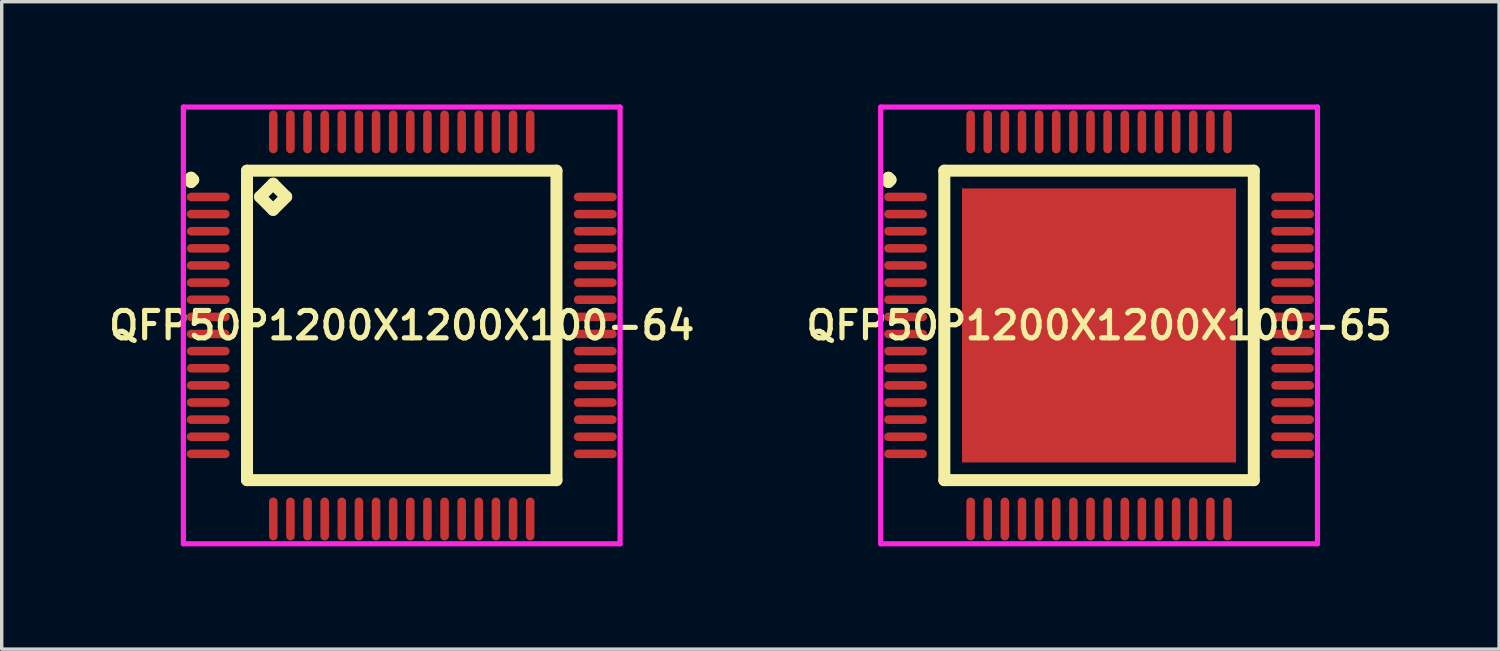
<source format=kicad_pcb>
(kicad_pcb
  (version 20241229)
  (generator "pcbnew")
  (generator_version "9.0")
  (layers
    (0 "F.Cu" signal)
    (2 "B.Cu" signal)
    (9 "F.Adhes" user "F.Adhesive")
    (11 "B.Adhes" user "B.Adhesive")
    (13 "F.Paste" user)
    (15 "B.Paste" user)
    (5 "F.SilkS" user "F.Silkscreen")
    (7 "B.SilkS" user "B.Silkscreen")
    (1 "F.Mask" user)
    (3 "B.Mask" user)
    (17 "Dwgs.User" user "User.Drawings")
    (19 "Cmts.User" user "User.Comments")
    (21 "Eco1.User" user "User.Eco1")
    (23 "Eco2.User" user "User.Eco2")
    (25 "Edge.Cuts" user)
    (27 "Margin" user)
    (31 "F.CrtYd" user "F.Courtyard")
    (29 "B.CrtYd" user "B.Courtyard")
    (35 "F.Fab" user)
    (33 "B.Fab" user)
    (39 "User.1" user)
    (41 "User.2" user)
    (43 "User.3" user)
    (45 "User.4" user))
  (footprint "QFP50P1200X1200X100-64"
    (layer "F.Cu")
    (at 8.678 6.45)
    (property "Reference" "QFP50P1200X1200X100-64" (at 0 0 0) (layer "F.SilkS") (effects (font (size 0.8 0.8) (thickness 0.15))))
    (attr smd)
    (fp_line (start -6.213 -4.25) (end -6.15 -4.312) (stroke (width 0.35) (type solid)) (layer "F.SilkS"))
    (fp_line (start -6.15 -4.312) (end -6.088 -4.25) (stroke (width 0.35) (type solid)) (layer "F.SilkS"))
    (fp_line (start -6.15 -4.188) (end -6.213 -4.25) (stroke (width 0.35) (type solid)) (layer "F.SilkS"))
    (fp_line (start -6.088 -4.25) (end -6.15 -4.188) (stroke (width 0.35) (type solid)) (layer "F.SilkS"))
    (fp_line (start -4.517 -4.517) (end -4.517 4.517) (stroke (width 0.35) (type solid)) (layer "F.SilkS"))
    (fp_line (start -4.517 4.517) (end 4.517 4.517) (stroke (width 0.35) (type solid)) (layer "F.SilkS"))
    (fp_line (start -4.136 -3.755) (end -3.755 -4.136) (stroke (width 0.35) (type solid)) (layer "F.SilkS"))
    (fp_line (start -3.755 -4.136) (end -3.374 -3.755) (stroke (width 0.35) (type solid)) (layer "F.SilkS"))
    (fp_line (start -3.755 -3.374) (end -4.136 -3.755) (stroke (width 0.35) (type solid)) (layer "F.SilkS"))
    (fp_line (start -3.374 -3.755) (end -3.755 -3.374) (stroke (width 0.35) (type solid)) (layer "F.SilkS"))
    (fp_line (start 4.517 -4.517) (end -4.517 -4.517) (stroke (width 0.35) (type solid)) (layer "F.SilkS"))
    (fp_line (start 4.517 4.517) (end 4.517 -4.517) (stroke (width 0.35) (type solid)) (layer "F.SilkS"))
    (fp_line (start -6.375 -6.375) (end 6.375 -6.375) (stroke (width 0.15) (type solid)) (layer "F.CrtYd"))
    (fp_line (start -6.375 6.375) (end -6.375 -6.375) (stroke (width 0.15) (type solid)) (layer "F.CrtYd"))
    (fp_line (start 6.375 -6.375) (end 6.375 6.375) (stroke (width 0.15) (type solid)) (layer "F.CrtYd"))
    (fp_line (start 6.375 6.375) (end -6.375 6.375) (stroke (width 0.15) (type solid)) (layer "F.CrtYd"))
    (pad "1" smd oval (at -5.65 -3.75) (size 1.25 0.25) (layers "F.Cu" "F.Mask" "F.Paste"))
    (pad "2" smd oval (at -5.65 -3.25) (size 1.25 0.25) (layers "F.Cu" "F.Mask" "F.Paste"))
    (pad "3" smd oval (at -5.65 -2.75) (size 1.25 0.25) (layers "F.Cu" "F.Mask" "F.Paste"))
    (pad "4" smd oval (at -5.65 -2.25) (size 1.25 0.25) (layers "F.Cu" "F.Mask" "F.Paste"))
    (pad "5" smd oval (at -5.65 -1.75) (size 1.25 0.25) (layers "F.Cu" "F.Mask" "F.Paste"))
    (pad "6" smd oval (at -5.65 -1.25) (size 1.25 0.25) (layers "F.Cu" "F.Mask" "F.Paste"))
    (pad "7" smd oval (at -5.65 -0.75) (size 1.25 0.25) (layers "F.Cu" "F.Mask" "F.Paste"))
    (pad "8" smd oval (at -5.65 -0.25) (size 1.25 0.25) (layers "F.Cu" "F.Mask" "F.Paste"))
    (pad "9" smd oval (at -5.65 0.25) (size 1.25 0.25) (layers "F.Cu" "F.Mask" "F.Paste"))
    (pad "10" smd oval (at -5.65 0.75) (size 1.25 0.25) (layers "F.Cu" "F.Mask" "F.Paste"))
    (pad "11" smd oval (at -5.65 1.25) (size 1.25 0.25) (layers "F.Cu" "F.Mask" "F.Paste"))
    (pad "12" smd oval (at -5.65 1.75) (size 1.25 0.25) (layers "F.Cu" "F.Mask" "F.Paste"))
    (pad "13" smd oval (at -5.65 2.25) (size 1.25 0.25) (layers "F.Cu" "F.Mask" "F.Paste"))
    (pad "14" smd oval (at -5.65 2.75) (size 1.25 0.25) (layers "F.Cu" "F.Mask" "F.Paste"))
    (pad "15" smd oval (at -5.65 3.25) (size 1.25 0.25) (layers "F.Cu" "F.Mask" "F.Paste"))
    (pad "16" smd oval (at -5.65 3.75) (size 1.25 0.25) (layers "F.Cu" "F.Mask" "F.Paste"))
    (pad "17" smd oval (at -3.75 5.65) (size 0.25 1.25) (layers "F.Cu" "F.Mask" "F.Paste"))
    (pad "18" smd oval (at -3.25 5.65) (size 0.25 1.25) (layers "F.Cu" "F.Mask" "F.Paste"))
    (pad "19" smd oval (at -2.75 5.65) (size 0.25 1.25) (layers "F.Cu" "F.Mask" "F.Paste"))
    (pad "20" smd oval (at -2.25 5.65) (size 0.25 1.25) (layers "F.Cu" "F.Mask" "F.Paste"))
    (pad "21" smd oval (at -1.75 5.65) (size 0.25 1.25) (layers "F.Cu" "F.Mask" "F.Paste"))
    (pad "22" smd oval (at -1.25 5.65) (size 0.25 1.25) (layers "F.Cu" "F.Mask" "F.Paste"))
    (pad "23" smd oval (at -0.75 5.65) (size 0.25 1.25) (layers "F.Cu" "F.Mask" "F.Paste"))
    (pad "24" smd oval (at -0.25 5.65) (size 0.25 1.25) (layers "F.Cu" "F.Mask" "F.Paste"))
    (pad "25" smd oval (at 0.25 5.65) (size 0.25 1.25) (layers "F.Cu" "F.Mask" "F.Paste"))
    (pad "26" smd oval (at 0.75 5.65) (size 0.25 1.25) (layers "F.Cu" "F.Mask" "F.Paste"))
    (pad "27" smd oval (at 1.25 5.65) (size 0.25 1.25) (layers "F.Cu" "F.Mask" "F.Paste"))
    (pad "28" smd oval (at 1.75 5.65) (size 0.25 1.25) (layers "F.Cu" "F.Mask" "F.Paste"))
    (pad "29" smd oval (at 2.25 5.65) (size 0.25 1.25) (layers "F.Cu" "F.Mask" "F.Paste"))
    (pad "30" smd oval (at 2.75 5.65) (size 0.25 1.25) (layers "F.Cu" "F.Mask" "F.Paste"))
    (pad "31" smd oval (at 3.25 5.65) (size 0.25 1.25) (layers "F.Cu" "F.Mask" "F.Paste"))
    (pad "32" smd oval (at 3.75 5.65) (size 0.25 1.25) (layers "F.Cu" "F.Mask" "F.Paste"))
    (pad "33" smd oval (at 5.65 3.75) (size 1.25 0.25) (layers "F.Cu" "F.Mask" "F.Paste"))
    (pad "34" smd oval (at 5.65 3.25) (size 1.25 0.25) (layers "F.Cu" "F.Mask" "F.Paste"))
    (pad "35" smd oval (at 5.65 2.75) (size 1.25 0.25) (layers "F.Cu" "F.Mask" "F.Paste"))
    (pad "36" smd oval (at 5.65 2.25) (size 1.25 0.25) (layers "F.Cu" "F.Mask" "F.Paste"))
    (pad "37" smd oval (at 5.65 1.75) (size 1.25 0.25) (layers "F.Cu" "F.Mask" "F.Paste"))
    (pad "38" smd oval (at 5.65 1.25) (size 1.25 0.25) (layers "F.Cu" "F.Mask" "F.Paste"))
    (pad "39" smd oval (at 5.65 0.75) (size 1.25 0.25) (layers "F.Cu" "F.Mask" "F.Paste"))
    (pad "40" smd oval (at 5.65 0.25) (size 1.25 0.25) (layers "F.Cu" "F.Mask" "F.Paste"))
    (pad "41" smd oval (at 5.65 -0.25) (size 1.25 0.25) (layers "F.Cu" "F.Mask" "F.Paste"))
    (pad "42" smd oval (at 5.65 -0.75) (size 1.25 0.25) (layers "F.Cu" "F.Mask" "F.Paste"))
    (pad "43" smd oval (at 5.65 -1.25) (size 1.25 0.25) (layers "F.Cu" "F.Mask" "F.Paste"))
    (pad "44" smd oval (at 5.65 -1.75) (size 1.25 0.25) (layers "F.Cu" "F.Mask" "F.Paste"))
    (pad "45" smd oval (at 5.65 -2.25) (size 1.25 0.25) (layers "F.Cu" "F.Mask" "F.Paste"))
    (pad "46" smd oval (at 5.65 -2.75) (size 1.25 0.25) (layers "F.Cu" "F.Mask" "F.Paste"))
    (pad "47" smd oval (at 5.65 -3.25) (size 1.25 0.25) (layers "F.Cu" "F.Mask" "F.Paste"))
    (pad "48" smd oval (at 5.65 -3.75) (size 1.25 0.25) (layers "F.Cu" "F.Mask" "F.Paste"))
    (pad "49" smd oval (at 3.75 -5.65) (size 0.25 1.25) (layers "F.Cu" "F.Mask" "F.Paste"))
    (pad "50" smd oval (at 3.25 -5.65) (size 0.25 1.25) (layers "F.Cu" "F.Mask" "F.Paste"))
    (pad "51" smd oval (at 2.75 -5.65) (size 0.25 1.25) (layers "F.Cu" "F.Mask" "F.Paste"))
    (pad "52" smd oval (at 2.25 -5.65) (size 0.25 1.25) (layers "F.Cu" "F.Mask" "F.Paste"))
    (pad "53" smd oval (at 1.75 -5.65) (size 0.25 1.25) (layers "F.Cu" "F.Mask" "F.Paste"))
    (pad "54" smd oval (at 1.25 -5.65) (size 0.25 1.25) (layers "F.Cu" "F.Mask" "F.Paste"))
    (pad "55" smd oval (at 0.75 -5.65) (size 0.25 1.25) (layers "F.Cu" "F.Mask" "F.Paste"))
    (pad "56" smd oval (at 0.25 -5.65) (size 0.25 1.25) (layers "F.Cu" "F.Mask" "F.Paste"))
    (pad "57" smd oval (at -0.25 -5.65) (size 0.25 1.25) (layers "F.Cu" "F.Mask" "F.Paste"))
    (pad "58" smd oval (at -0.75 -5.65) (size 0.25 1.25) (layers "F.Cu" "F.Mask" "F.Paste"))
    (pad "59" smd oval (at -1.25 -5.65) (size 0.25 1.25) (layers "F.Cu" "F.Mask" "F.Paste"))
    (pad "60" smd oval (at -1.75 -5.65) (size 0.25 1.25) (layers "F.Cu" "F.Mask" "F.Paste"))
    (pad "61" smd oval (at -2.25 -5.65) (size 0.25 1.25) (layers "F.Cu" "F.Mask" "F.Paste"))
    (pad "62" smd oval (at -2.75 -5.65) (size 0.25 1.25) (layers "F.Cu" "F.Mask" "F.Paste"))
    (pad "63" smd oval (at -3.25 -5.65) (size 0.25 1.25) (layers "F.Cu" "F.Mask" "F.Paste"))
    (pad "64" smd oval (at -3.75 -5.65) (size 0.25 1.25) (layers "F.Cu" "F.Mask" "F.Paste")))
  (footprint "QFP50P1200X1200X100-65"
    (layer "F.Cu")
    (at 29.035 6.45)
    (property "Reference" "QFP50P1200X1200X100-65" (at 0 0 0) (layer "F.SilkS") (effects (font (size 0.8 0.8) (thickness 0.15))))
    (attr smd)
    (fp_line (start -6.213 -4.25) (end -6.15 -4.312) (stroke (width 0.35) (type solid)) (layer "F.SilkS"))
    (fp_line (start -6.15 -4.312) (end -6.088 -4.25) (stroke (width 0.35) (type solid)) (layer "F.SilkS"))
    (fp_line (start -6.15 -4.188) (end -6.213 -4.25) (stroke (width 0.35) (type solid)) (layer "F.SilkS"))
    (fp_line (start -6.088 -4.25) (end -6.15 -4.188) (stroke (width 0.35) (type solid)) (layer "F.SilkS"))
    (fp_line (start -4.517 -4.517) (end -4.517 4.517) (stroke (width 0.35) (type solid)) (layer "F.SilkS"))
    (fp_line (start -4.517 4.517) (end 4.517 4.517) (stroke (width 0.35) (type solid)) (layer "F.SilkS"))
    (fp_line (start 4.517 -4.517) (end -4.517 -4.517) (stroke (width 0.35) (type solid)) (layer "F.SilkS"))
    (fp_line (start 4.517 4.517) (end 4.517 -4.517) (stroke (width 0.35) (type solid)) (layer "F.SilkS"))
    (fp_line (start -6.375 -6.375) (end 6.375 -6.375) (stroke (width 0.15) (type solid)) (layer "F.CrtYd"))
    (fp_line (start -6.375 6.375) (end -6.375 -6.375) (stroke (width 0.15) (type solid)) (layer "F.CrtYd"))
    (fp_line (start 6.375 -6.375) (end 6.375 6.375) (stroke (width 0.15) (type solid)) (layer "F.CrtYd"))
    (fp_line (start 6.375 6.375) (end -6.375 6.375) (stroke (width 0.15) (type solid)) (layer "F.CrtYd"))
    (pad "1" smd oval (at -5.65 -3.75) (size 1.25 0.25) (layers "F.Cu" "F.Mask" "F.Paste"))
    (pad "2" smd oval (at -5.65 -3.25) (size 1.25 0.25) (layers "F.Cu" "F.Mask" "F.Paste"))
    (pad "3" smd oval (at -5.65 -2.75) (size 1.25 0.25) (layers "F.Cu" "F.Mask" "F.Paste"))
    (pad "4" smd oval (at -5.65 -2.25) (size 1.25 0.25) (layers "F.Cu" "F.Mask" "F.Paste"))
    (pad "5" smd oval (at -5.65 -1.75) (size 1.25 0.25) (layers "F.Cu" "F.Mask" "F.Paste"))
    (pad "6" smd oval (at -5.65 -1.25) (size 1.25 0.25) (layers "F.Cu" "F.Mask" "F.Paste"))
    (pad "7" smd oval (at -5.65 -0.75) (size 1.25 0.25) (layers "F.Cu" "F.Mask" "F.Paste"))
    (pad "8" smd oval (at -5.65 -0.25) (size 1.25 0.25) (layers "F.Cu" "F.Mask" "F.Paste"))
    (pad "9" smd oval (at -5.65 0.25) (size 1.25 0.25) (layers "F.Cu" "F.Mask" "F.Paste"))
    (pad "10" smd oval (at -5.65 0.75) (size 1.25 0.25) (layers "F.Cu" "F.Mask" "F.Paste"))
    (pad "11" smd oval (at -5.65 1.25) (size 1.25 0.25) (layers "F.Cu" "F.Mask" "F.Paste"))
    (pad "12" smd oval (at -5.65 1.75) (size 1.25 0.25) (layers "F.Cu" "F.Mask" "F.Paste"))
    (pad "13" smd oval (at -5.65 2.25) (size 1.25 0.25) (layers "F.Cu" "F.Mask" "F.Paste"))
    (pad "14" smd oval (at -5.65 2.75) (size 1.25 0.25) (layers "F.Cu" "F.Mask" "F.Paste"))
    (pad "15" smd oval (at -5.65 3.25) (size 1.25 0.25) (layers "F.Cu" "F.Mask" "F.Paste"))
    (pad "16" smd oval (at -5.65 3.75) (size 1.25 0.25) (layers "F.Cu" "F.Mask" "F.Paste"))
    (pad "17" smd oval (at -3.75 5.65) (size 0.25 1.25) (layers "F.Cu" "F.Mask" "F.Paste"))
    (pad "18" smd oval (at -3.25 5.65) (size 0.25 1.25) (layers "F.Cu" "F.Mask" "F.Paste"))
    (pad "19" smd oval (at -2.75 5.65) (size 0.25 1.25) (layers "F.Cu" "F.Mask" "F.Paste"))
    (pad "20" smd oval (at -2.25 5.65) (size 0.25 1.25) (layers "F.Cu" "F.Mask" "F.Paste"))
    (pad "21" smd oval (at -1.75 5.65) (size 0.25 1.25) (layers "F.Cu" "F.Mask" "F.Paste"))
    (pad "22" smd oval (at -1.25 5.65) (size 0.25 1.25) (layers "F.Cu" "F.Mask" "F.Paste"))
    (pad "23" smd oval (at -0.75 5.65) (size 0.25 1.25) (layers "F.Cu" "F.Mask" "F.Paste"))
    (pad "24" smd oval (at -0.25 5.65) (size 0.25 1.25) (layers "F.Cu" "F.Mask" "F.Paste"))
    (pad "25" smd oval (at 0.25 5.65) (size 0.25 1.25) (layers "F.Cu" "F.Mask" "F.Paste"))
    (pad "26" smd oval (at 0.75 5.65) (size 0.25 1.25) (layers "F.Cu" "F.Mask" "F.Paste"))
    (pad "27" smd oval (at 1.25 5.65) (size 0.25 1.25) (layers "F.Cu" "F.Mask" "F.Paste"))
    (pad "28" smd oval (at 1.75 5.65) (size 0.25 1.25) (layers "F.Cu" "F.Mask" "F.Paste"))
    (pad "29" smd oval (at 2.25 5.65) (size 0.25 1.25) (layers "F.Cu" "F.Mask" "F.Paste"))
    (pad "30" smd oval (at 2.75 5.65) (size 0.25 1.25) (layers "F.Cu" "F.Mask" "F.Paste"))
    (pad "31" smd oval (at 3.25 5.65) (size 0.25 1.25) (layers "F.Cu" "F.Mask" "F.Paste"))
    (pad "32" smd oval (at 3.75 5.65) (size 0.25 1.25) (layers "F.Cu" "F.Mask" "F.Paste"))
    (pad "33" smd oval (at 5.65 3.75) (size 1.25 0.25) (layers "F.Cu" "F.Mask" "F.Paste"))
    (pad "34" smd oval (at 5.65 3.25) (size 1.25 0.25) (layers "F.Cu" "F.Mask" "F.Paste"))
    (pad "35" smd oval (at 5.65 2.75) (size 1.25 0.25) (layers "F.Cu" "F.Mask" "F.Paste"))
    (pad "36" smd oval (at 5.65 2.25) (size 1.25 0.25) (layers "F.Cu" "F.Mask" "F.Paste"))
    (pad "37" smd oval (at 5.65 1.75) (size 1.25 0.25) (layers "F.Cu" "F.Mask" "F.Paste"))
    (pad "38" smd oval (at 5.65 1.25) (size 1.25 0.25) (layers "F.Cu" "F.Mask" "F.Paste"))
    (pad "39" smd oval (at 5.65 0.75) (size 1.25 0.25) (layers "F.Cu" "F.Mask" "F.Paste"))
    (pad "40" smd oval (at 5.65 0.25) (size 1.25 0.25) (layers "F.Cu" "F.Mask" "F.Paste"))
    (pad "41" smd oval (at 5.65 -0.25) (size 1.25 0.25) (layers "F.Cu" "F.Mask" "F.Paste"))
    (pad "42" smd oval (at 5.65 -0.75) (size 1.25 0.25) (layers "F.Cu" "F.Mask" "F.Paste"))
    (pad "43" smd oval (at 5.65 -1.25) (size 1.25 0.25) (layers "F.Cu" "F.Mask" "F.Paste"))
    (pad "44" smd oval (at 5.65 -1.75) (size 1.25 0.25) (layers "F.Cu" "F.Mask" "F.Paste"))
    (pad "45" smd oval (at 5.65 -2.25) (size 1.25 0.25) (layers "F.Cu" "F.Mask" "F.Paste"))
    (pad "46" smd oval (at 5.65 -2.75) (size 1.25 0.25) (layers "F.Cu" "F.Mask" "F.Paste"))
    (pad "47" smd oval (at 5.65 -3.25) (size 1.25 0.25) (layers "F.Cu" "F.Mask" "F.Paste"))
    (pad "48" smd oval (at 5.65 -3.75) (size 1.25 0.25) (layers "F.Cu" "F.Mask" "F.Paste"))
    (pad "49" smd oval (at 3.75 -5.65) (size 0.25 1.25) (layers "F.Cu" "F.Mask" "F.Paste"))
    (pad "50" smd oval (at 3.25 -5.65) (size 0.25 1.25) (layers "F.Cu" "F.Mask" "F.Paste"))
    (pad "51" smd oval (at 2.75 -5.65) (size 0.25 1.25) (layers "F.Cu" "F.Mask" "F.Paste"))
    (pad "52" smd oval (at 2.25 -5.65) (size 0.25 1.25) (layers "F.Cu" "F.Mask" "F.Paste"))
    (pad "53" smd oval (at 1.75 -5.65) (size 0.25 1.25) (layers "F.Cu" "F.Mask" "F.Paste"))
    (pad "54" smd oval (at 1.25 -5.65) (size 0.25 1.25) (layers "F.Cu" "F.Mask" "F.Paste"))
    (pad "55" smd oval (at 0.75 -5.65) (size 0.25 1.25) (layers "F.Cu" "F.Mask" "F.Paste"))
    (pad "56" smd oval (at 0.25 -5.65) (size 0.25 1.25) (layers "F.Cu" "F.Mask" "F.Paste"))
    (pad "57" smd oval (at -0.25 -5.65) (size 0.25 1.25) (layers "F.Cu" "F.Mask" "F.Paste"))
    (pad "58" smd oval (at -0.75 -5.65) (size 0.25 1.25) (layers "F.Cu" "F.Mask" "F.Paste"))
    (pad "59" smd oval (at -1.25 -5.65) (size 0.25 1.25) (layers "F.Cu" "F.Mask" "F.Paste"))
    (pad "60" smd oval (at -1.75 -5.65) (size 0.25 1.25) (layers "F.Cu" "F.Mask" "F.Paste"))
    (pad "61" smd oval (at -2.25 -5.65) (size 0.25 1.25) (layers "F.Cu" "F.Mask" "F.Paste"))
    (pad "62" smd oval (at -2.75 -5.65) (size 0.25 1.25) (layers "F.Cu" "F.Mask" "F.Paste"))
    (pad "63" smd oval (at -3.25 -5.65) (size 0.25 1.25) (layers "F.Cu" "F.Mask" "F.Paste"))
    (pad "64" smd oval (at -3.75 -5.65) (size 0.25 1.25) (layers "F.Cu" "F.Mask" "F.Paste"))
    (pad "65" smd rect (at 0 0) (size 8 8) (layers "F.Cu" "F.Mask" "F.Paste")))
  (gr_rect
    (start -3 -3)
    (end 40.713 15.9)
    (stroke (width 0.1) (type default))
    (fill no)
    (layer "Edge.Cuts")))
</source>
